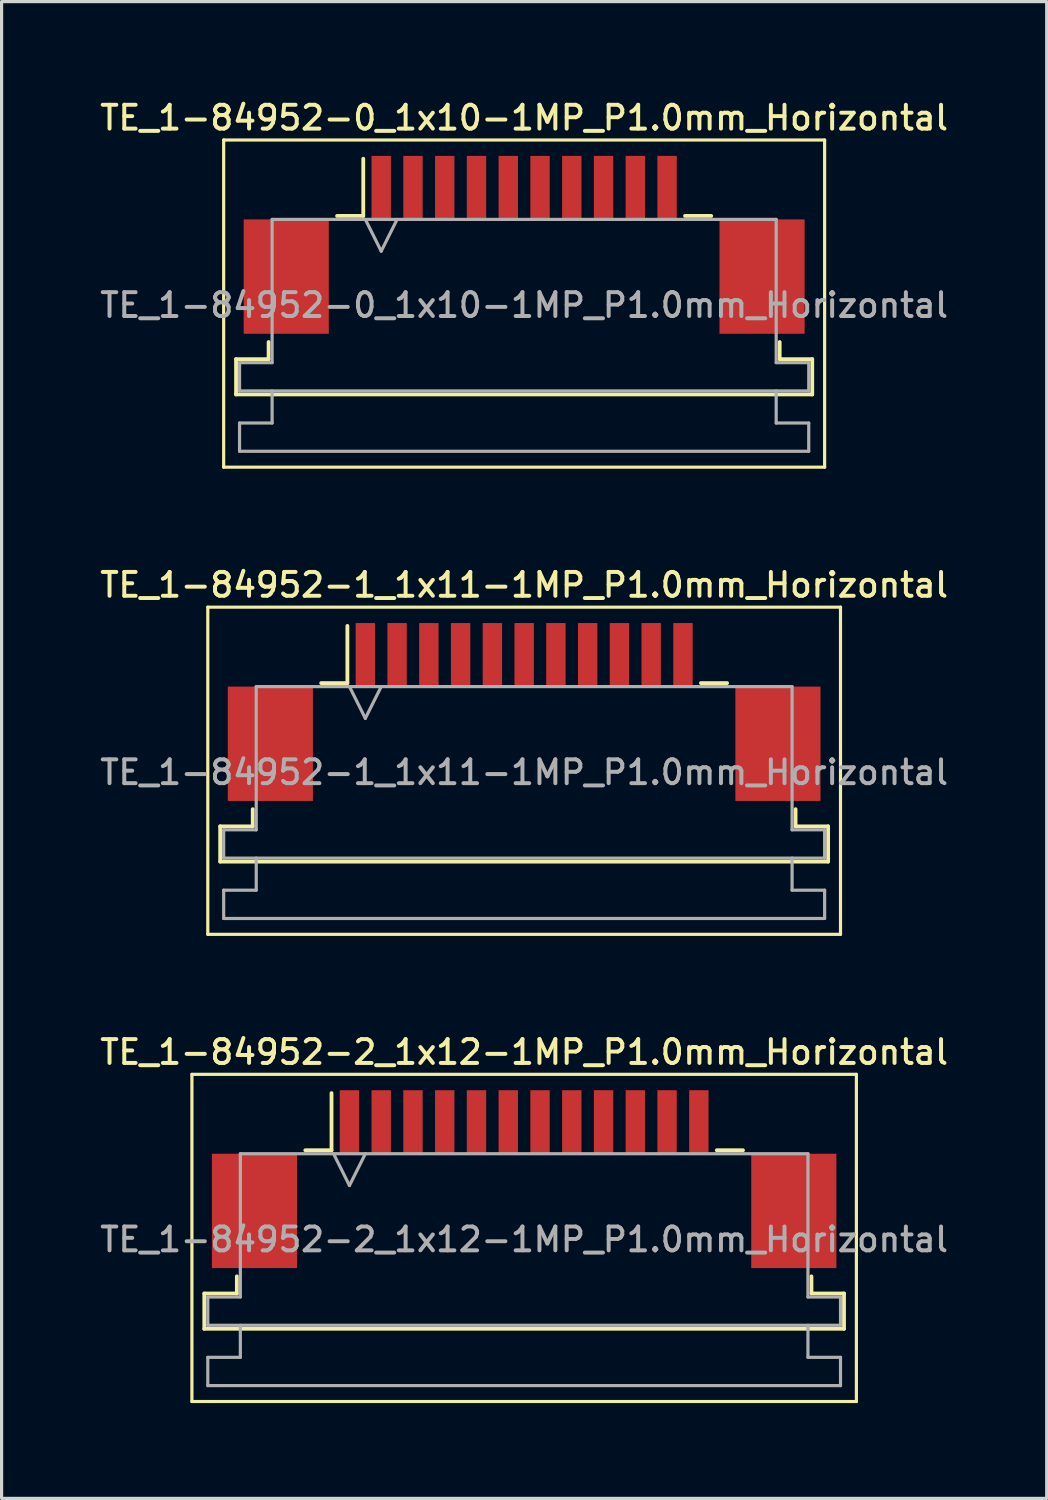
<source format=kicad_pcb>
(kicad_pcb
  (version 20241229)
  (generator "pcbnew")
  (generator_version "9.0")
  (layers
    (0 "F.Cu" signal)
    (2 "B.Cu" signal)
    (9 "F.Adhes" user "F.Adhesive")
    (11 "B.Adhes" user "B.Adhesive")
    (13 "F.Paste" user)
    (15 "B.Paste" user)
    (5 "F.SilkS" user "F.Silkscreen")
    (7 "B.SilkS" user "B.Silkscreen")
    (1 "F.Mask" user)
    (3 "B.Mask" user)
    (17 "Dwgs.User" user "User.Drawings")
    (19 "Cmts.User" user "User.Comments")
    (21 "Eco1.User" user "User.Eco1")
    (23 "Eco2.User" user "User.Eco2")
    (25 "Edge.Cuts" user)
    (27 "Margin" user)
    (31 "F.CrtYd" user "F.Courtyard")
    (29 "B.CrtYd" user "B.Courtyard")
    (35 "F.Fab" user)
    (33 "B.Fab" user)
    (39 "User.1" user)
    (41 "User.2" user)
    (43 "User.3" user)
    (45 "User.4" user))
  (footprint "TE_1-84952-2_1x12-1MP_P1.0mm_Horizontal"
    (layer "F.Cu")
    (at 13.452 34.074)
    (property "Reference" "TE_1-84952-2_1x12-1MP_P1.0mm_Horizontal" (at 0 -4 0) (layer "F.SilkS") (effects (font (size 0.75 0.75) (thickness 0.125))))
    (attr smd)
    (fp_line (start -10.46 -3.3) (end -10.46 7) (stroke (width 0.1) (type solid)) (layer "F.SilkS"))
    (fp_line (start -10.46 7) (end 10.46 7) (stroke (width 0.1) (type solid)) (layer "F.SilkS"))
    (fp_line (start -10.07 3.6) (end -9.045 3.6) (stroke (width 0.12) (type solid)) (layer "F.SilkS"))
    (fp_line (start -10.07 4.71) (end -10.07 3.6) (stroke (width 0.12) (type solid)) (layer "F.SilkS"))
    (fp_line (start -9.045 3.6) (end -9.045 3.06) (stroke (width 0.12) (type solid)) (layer "F.SilkS"))
    (fp_line (start -6.89 -0.91) (end -6.065 -0.91) (stroke (width 0.12) (type solid)) (layer "F.SilkS"))
    (fp_line (start -6.065 -0.91) (end -6.065 -2.71) (stroke (width 0.12) (type solid)) (layer "F.SilkS"))
    (fp_line (start 6.065 -0.91) (end 6.89 -0.91) (stroke (width 0.12) (type solid)) (layer "F.SilkS"))
    (fp_line (start 9.045 3.06) (end 9.045 3.6) (stroke (width 0.12) (type solid)) (layer "F.SilkS"))
    (fp_line (start 9.045 3.6) (end 10.07 3.6) (stroke (width 0.12) (type solid)) (layer "F.SilkS"))
    (fp_line (start 10.07 3.6) (end 10.07 4.71) (stroke (width 0.12) (type solid)) (layer "F.SilkS"))
    (fp_line (start 10.07 4.71) (end -10.07 4.71) (stroke (width 0.12) (type solid)) (layer "F.SilkS"))
    (fp_line (start 10.46 -3.3) (end -10.46 -3.3) (stroke (width 0.1) (type solid)) (layer "F.SilkS"))
    (fp_line (start 10.46 7) (end 10.46 -3.3) (stroke (width 0.1) (type solid)) (layer "F.SilkS"))
    (fp_line (start -9.96 3.71) (end -8.935 3.71) (stroke (width 0.1) (type solid)) (layer "F.Fab"))
    (fp_line (start -9.96 4.6) (end -9.96 3.71) (stroke (width 0.1) (type solid)) (layer "F.Fab"))
    (fp_line (start -9.96 5.61) (end -8.935 5.61) (stroke (width 0.1) (type solid)) (layer "F.Fab"))
    (fp_line (start -9.96 6.5) (end -9.96 5.61) (stroke (width 0.1) (type solid)) (layer "F.Fab"))
    (fp_line (start -8.935 -0.8) (end 8.935 -0.8) (stroke (width 0.1) (type solid)) (layer "F.Fab"))
    (fp_line (start -8.935 3.71) (end -8.935 -0.8) (stroke (width 0.1) (type solid)) (layer "F.Fab"))
    (fp_line (start -8.935 5.61) (end -8.935 4.6) (stroke (width 0.1) (type solid)) (layer "F.Fab"))
    (fp_line (start -6 -0.8) (end -5.5 0.2) (stroke (width 0.1) (type solid)) (layer "F.Fab"))
    (fp_line (start -5.5 0.2) (end -5 -0.8) (stroke (width 0.1) (type solid)) (layer "F.Fab"))
    (fp_line (start 8.935 -0.8) (end 8.935 3.71) (stroke (width 0.1) (type solid)) (layer "F.Fab"))
    (fp_line (start 8.935 3.71) (end 9.96 3.71) (stroke (width 0.1) (type solid)) (layer "F.Fab"))
    (fp_line (start 8.935 4.6) (end 8.935 5.61) (stroke (width 0.1) (type solid)) (layer "F.Fab"))
    (fp_line (start 8.935 5.61) (end 9.96 5.61) (stroke (width 0.1) (type solid)) (layer "F.Fab"))
    (fp_line (start 9.96 3.71) (end 9.96 4.6) (stroke (width 0.1) (type solid)) (layer "F.Fab"))
    (fp_line (start 9.96 4.6) (end -9.96 4.6) (stroke (width 0.1) (type solid)) (layer "F.Fab"))
    (fp_line (start 9.96 5.61) (end 9.96 6.5) (stroke (width 0.1) (type solid)) (layer "F.Fab"))
    (fp_line (start 9.96 6.5) (end -9.96 6.5) (stroke (width 0.1) (type solid)) (layer "F.Fab"))
    (fp_text user "${REFERENCE}" (at 0 1.9 0) (layer "F.Fab") (effects (font (size 0.75 0.75) (thickness 0.125))))
    (pad "1" smd rect (at -5.5 -1.8) (size 0.61 2) (layers "F.Cu" "F.Mask" "F.Paste"))
    (pad "2" smd rect (at -4.5 -1.8) (size 0.61 2) (layers "F.Cu" "F.Mask" "F.Paste"))
    (pad "3" smd rect (at -3.5 -1.8) (size 0.61 2) (layers "F.Cu" "F.Mask" "F.Paste"))
    (pad "4" smd rect (at -2.5 -1.8) (size 0.61 2) (layers "F.Cu" "F.Mask" "F.Paste"))
    (pad "5" smd rect (at -1.5 -1.8) (size 0.61 2) (layers "F.Cu" "F.Mask" "F.Paste"))
    (pad "6" smd rect (at -0.5 -1.8) (size 0.61 2) (layers "F.Cu" "F.Mask" "F.Paste"))
    (pad "7" smd rect (at 0.5 -1.8) (size 0.61 2) (layers "F.Cu" "F.Mask" "F.Paste"))
    (pad "8" smd rect (at 1.5 -1.8) (size 0.61 2) (layers "F.Cu" "F.Mask" "F.Paste"))
    (pad "9" smd rect (at 2.5 -1.8) (size 0.61 2) (layers "F.Cu" "F.Mask" "F.Paste"))
    (pad "10" smd rect (at 3.5 -1.8) (size 0.61 2) (layers "F.Cu" "F.Mask" "F.Paste"))
    (pad "11" smd rect (at 4.5 -1.8) (size 0.61 2) (layers "F.Cu" "F.Mask" "F.Paste"))
    (pad "12" smd rect (at 5.5 -1.8) (size 0.61 2) (layers "F.Cu" "F.Mask" "F.Paste"))
    (pad "MP" smd rect (at -8.49 1) (size 2.68 3.6) (layers "F.Cu" "F.Mask" "F.Paste"))
    (pad "MP" smd rect (at 8.49 1) (size 2.68 3.6) (layers "F.Cu" "F.Mask" "F.Paste")))
  (footprint "TE_1-84952-1_1x11-1MP_P1.0mm_Horizontal"
    (layer "F.Cu")
    (at 13.452 19.366)
    (property "Reference" "TE_1-84952-1_1x11-1MP_P1.0mm_Horizontal" (at 0 -4 0) (layer "F.SilkS") (effects (font (size 0.75 0.75) (thickness 0.125))))
    (attr smd)
    (fp_line (start -9.96 -3.3) (end -9.96 7) (stroke (width 0.1) (type solid)) (layer "F.SilkS"))
    (fp_line (start -9.96 7) (end 9.96 7) (stroke (width 0.1) (type solid)) (layer "F.SilkS"))
    (fp_line (start -9.57 3.6) (end -8.545 3.6) (stroke (width 0.12) (type solid)) (layer "F.SilkS"))
    (fp_line (start -9.57 4.71) (end -9.57 3.6) (stroke (width 0.12) (type solid)) (layer "F.SilkS"))
    (fp_line (start -8.545 3.6) (end -8.545 3.06) (stroke (width 0.12) (type solid)) (layer "F.SilkS"))
    (fp_line (start -6.39 -0.91) (end -5.565 -0.91) (stroke (width 0.12) (type solid)) (layer "F.SilkS"))
    (fp_line (start -5.565 -0.91) (end -5.565 -2.71) (stroke (width 0.12) (type solid)) (layer "F.SilkS"))
    (fp_line (start 5.565 -0.91) (end 6.39 -0.91) (stroke (width 0.12) (type solid)) (layer "F.SilkS"))
    (fp_line (start 8.545 3.06) (end 8.545 3.6) (stroke (width 0.12) (type solid)) (layer "F.SilkS"))
    (fp_line (start 8.545 3.6) (end 9.57 3.6) (stroke (width 0.12) (type solid)) (layer "F.SilkS"))
    (fp_line (start 9.57 3.6) (end 9.57 4.71) (stroke (width 0.12) (type solid)) (layer "F.SilkS"))
    (fp_line (start 9.57 4.71) (end -9.57 4.71) (stroke (width 0.12) (type solid)) (layer "F.SilkS"))
    (fp_line (start 9.96 -3.3) (end -9.96 -3.3) (stroke (width 0.1) (type solid)) (layer "F.SilkS"))
    (fp_line (start 9.96 7) (end 9.96 -3.3) (stroke (width 0.1) (type solid)) (layer "F.SilkS"))
    (fp_line (start -9.46 3.71) (end -8.435 3.71) (stroke (width 0.1) (type solid)) (layer "F.Fab"))
    (fp_line (start -9.46 4.6) (end -9.46 3.71) (stroke (width 0.1) (type solid)) (layer "F.Fab"))
    (fp_line (start -9.46 5.61) (end -8.435 5.61) (stroke (width 0.1) (type solid)) (layer "F.Fab"))
    (fp_line (start -9.46 6.5) (end -9.46 5.61) (stroke (width 0.1) (type solid)) (layer "F.Fab"))
    (fp_line (start -8.435 -0.8) (end 8.435 -0.8) (stroke (width 0.1) (type solid)) (layer "F.Fab"))
    (fp_line (start -8.435 3.71) (end -8.435 -0.8) (stroke (width 0.1) (type solid)) (layer "F.Fab"))
    (fp_line (start -8.435 5.61) (end -8.435 4.6) (stroke (width 0.1) (type solid)) (layer "F.Fab"))
    (fp_line (start -5.5 -0.8) (end -5 0.2) (stroke (width 0.1) (type solid)) (layer "F.Fab"))
    (fp_line (start -5 0.2) (end -4.5 -0.8) (stroke (width 0.1) (type solid)) (layer "F.Fab"))
    (fp_line (start 8.435 -0.8) (end 8.435 3.71) (stroke (width 0.1) (type solid)) (layer "F.Fab"))
    (fp_line (start 8.435 3.71) (end 9.46 3.71) (stroke (width 0.1) (type solid)) (layer "F.Fab"))
    (fp_line (start 8.435 4.6) (end 8.435 5.61) (stroke (width 0.1) (type solid)) (layer "F.Fab"))
    (fp_line (start 8.435 5.61) (end 9.46 5.61) (stroke (width 0.1) (type solid)) (layer "F.Fab"))
    (fp_line (start 9.46 3.71) (end 9.46 4.6) (stroke (width 0.1) (type solid)) (layer "F.Fab"))
    (fp_line (start 9.46 4.6) (end -9.46 4.6) (stroke (width 0.1) (type solid)) (layer "F.Fab"))
    (fp_line (start 9.46 5.61) (end 9.46 6.5) (stroke (width 0.1) (type solid)) (layer "F.Fab"))
    (fp_line (start 9.46 6.5) (end -9.46 6.5) (stroke (width 0.1) (type solid)) (layer "F.Fab"))
    (fp_text user "${REFERENCE}" (at 0 1.9 0) (layer "F.Fab") (effects (font (size 0.75 0.75) (thickness 0.125))))
    (pad "1" smd rect (at -5 -1.8) (size 0.61 2) (layers "F.Cu" "F.Mask" "F.Paste"))
    (pad "2" smd rect (at -4 -1.8) (size 0.61 2) (layers "F.Cu" "F.Mask" "F.Paste"))
    (pad "3" smd rect (at -3 -1.8) (size 0.61 2) (layers "F.Cu" "F.Mask" "F.Paste"))
    (pad "4" smd rect (at -2 -1.8) (size 0.61 2) (layers "F.Cu" "F.Mask" "F.Paste"))
    (pad "5" smd rect (at -1 -1.8) (size 0.61 2) (layers "F.Cu" "F.Mask" "F.Paste"))
    (pad "6" smd rect (at 0 -1.8) (size 0.61 2) (layers "F.Cu" "F.Mask" "F.Paste"))
    (pad "7" smd rect (at 1 -1.8) (size 0.61 2) (layers "F.Cu" "F.Mask" "F.Paste"))
    (pad "8" smd rect (at 2 -1.8) (size 0.61 2) (layers "F.Cu" "F.Mask" "F.Paste"))
    (pad "9" smd rect (at 3 -1.8) (size 0.61 2) (layers "F.Cu" "F.Mask" "F.Paste"))
    (pad "10" smd rect (at 4 -1.8) (size 0.61 2) (layers "F.Cu" "F.Mask" "F.Paste"))
    (pad "11" smd rect (at 5 -1.8) (size 0.61 2) (layers "F.Cu" "F.Mask" "F.Paste"))
    (pad "MP" smd rect (at -7.99 1) (size 2.68 3.6) (layers "F.Cu" "F.Mask" "F.Paste"))
    (pad "MP" smd rect (at 7.99 1) (size 2.68 3.6) (layers "F.Cu" "F.Mask" "F.Paste")))
  (footprint "TE_1-84952-0_1x10-1MP_P1.0mm_Horizontal"
    (layer "F.Cu")
    (at 13.452 4.658)
    (property "Reference" "TE_1-84952-0_1x10-1MP_P1.0mm_Horizontal" (at 0 -4 0) (layer "F.SilkS") (effects (font (size 0.75 0.75) (thickness 0.125))))
    (attr smd)
    (fp_line (start -9.46 -3.3) (end -9.46 7) (stroke (width 0.1) (type solid)) (layer "F.SilkS"))
    (fp_line (start -9.46 7) (end 9.46 7) (stroke (width 0.1) (type solid)) (layer "F.SilkS"))
    (fp_line (start -9.07 3.6) (end -8.045 3.6) (stroke (width 0.12) (type solid)) (layer "F.SilkS"))
    (fp_line (start -9.07 4.71) (end -9.07 3.6) (stroke (width 0.12) (type solid)) (layer "F.SilkS"))
    (fp_line (start -8.045 3.6) (end -8.045 3.06) (stroke (width 0.12) (type solid)) (layer "F.SilkS"))
    (fp_line (start -5.89 -0.91) (end -5.065 -0.91) (stroke (width 0.12) (type solid)) (layer "F.SilkS"))
    (fp_line (start -5.065 -0.91) (end -5.065 -2.71) (stroke (width 0.12) (type solid)) (layer "F.SilkS"))
    (fp_line (start 5.065 -0.91) (end 5.89 -0.91) (stroke (width 0.12) (type solid)) (layer "F.SilkS"))
    (fp_line (start 8.045 3.06) (end 8.045 3.6) (stroke (width 0.12) (type solid)) (layer "F.SilkS"))
    (fp_line (start 8.045 3.6) (end 9.07 3.6) (stroke (width 0.12) (type solid)) (layer "F.SilkS"))
    (fp_line (start 9.07 3.6) (end 9.07 4.71) (stroke (width 0.12) (type solid)) (layer "F.SilkS"))
    (fp_line (start 9.07 4.71) (end -9.07 4.71) (stroke (width 0.12) (type solid)) (layer "F.SilkS"))
    (fp_line (start 9.46 -3.3) (end -9.46 -3.3) (stroke (width 0.1) (type solid)) (layer "F.SilkS"))
    (fp_line (start 9.46 7) (end 9.46 -3.3) (stroke (width 0.1) (type solid)) (layer "F.SilkS"))
    (fp_line (start -8.96 3.71) (end -7.935 3.71) (stroke (width 0.1) (type solid)) (layer "F.Fab"))
    (fp_line (start -8.96 4.6) (end -8.96 3.71) (stroke (width 0.1) (type solid)) (layer "F.Fab"))
    (fp_line (start -8.96 5.61) (end -7.935 5.61) (stroke (width 0.1) (type solid)) (layer "F.Fab"))
    (fp_line (start -8.96 6.5) (end -8.96 5.61) (stroke (width 0.1) (type solid)) (layer "F.Fab"))
    (fp_line (start -7.935 -0.8) (end 7.935 -0.8) (stroke (width 0.1) (type solid)) (layer "F.Fab"))
    (fp_line (start -7.935 3.71) (end -7.935 -0.8) (stroke (width 0.1) (type solid)) (layer "F.Fab"))
    (fp_line (start -7.935 5.61) (end -7.935 4.6) (stroke (width 0.1) (type solid)) (layer "F.Fab"))
    (fp_line (start -5 -0.8) (end -4.5 0.2) (stroke (width 0.1) (type solid)) (layer "F.Fab"))
    (fp_line (start -4.5 0.2) (end -4 -0.8) (stroke (width 0.1) (type solid)) (layer "F.Fab"))
    (fp_line (start 7.935 -0.8) (end 7.935 3.71) (stroke (width 0.1) (type solid)) (layer "F.Fab"))
    (fp_line (start 7.935 3.71) (end 8.96 3.71) (stroke (width 0.1) (type solid)) (layer "F.Fab"))
    (fp_line (start 7.935 4.6) (end 7.935 5.61) (stroke (width 0.1) (type solid)) (layer "F.Fab"))
    (fp_line (start 7.935 5.61) (end 8.96 5.61) (stroke (width 0.1) (type solid)) (layer "F.Fab"))
    (fp_line (start 8.96 3.71) (end 8.96 4.6) (stroke (width 0.1) (type solid)) (layer "F.Fab"))
    (fp_line (start 8.96 4.6) (end -8.96 4.6) (stroke (width 0.1) (type solid)) (layer "F.Fab"))
    (fp_line (start 8.96 5.61) (end 8.96 6.5) (stroke (width 0.1) (type solid)) (layer "F.Fab"))
    (fp_line (start 8.96 6.5) (end -8.96 6.5) (stroke (width 0.1) (type solid)) (layer "F.Fab"))
    (fp_text user "${REFERENCE}" (at 0 1.9 0) (layer "F.Fab") (effects (font (size 0.75 0.75) (thickness 0.125))))
    (pad "1" smd rect (at -4.5 -1.8) (size 0.61 2) (layers "F.Cu" "F.Mask" "F.Paste"))
    (pad "2" smd rect (at -3.5 -1.8) (size 0.61 2) (layers "F.Cu" "F.Mask" "F.Paste"))
    (pad "3" smd rect (at -2.5 -1.8) (size 0.61 2) (layers "F.Cu" "F.Mask" "F.Paste"))
    (pad "4" smd rect (at -1.5 -1.8) (size 0.61 2) (layers "F.Cu" "F.Mask" "F.Paste"))
    (pad "5" smd rect (at -0.5 -1.8) (size 0.61 2) (layers "F.Cu" "F.Mask" "F.Paste"))
    (pad "6" smd rect (at 0.5 -1.8) (size 0.61 2) (layers "F.Cu" "F.Mask" "F.Paste"))
    (pad "7" smd rect (at 1.5 -1.8) (size 0.61 2) (layers "F.Cu" "F.Mask" "F.Paste"))
    (pad "8" smd rect (at 2.5 -1.8) (size 0.61 2) (layers "F.Cu" "F.Mask" "F.Paste"))
    (pad "9" smd rect (at 3.5 -1.8) (size 0.61 2) (layers "F.Cu" "F.Mask" "F.Paste"))
    (pad "10" smd rect (at 4.5 -1.8) (size 0.61 2) (layers "F.Cu" "F.Mask" "F.Paste"))
    (pad "MP" smd rect (at -7.49 1) (size 2.68 3.6) (layers "F.Cu" "F.Mask" "F.Paste"))
    (pad "MP" smd rect (at 7.49 1) (size 2.68 3.6) (layers "F.Cu" "F.Mask" "F.Paste")))
  (gr_rect
    (start -3 -3)
    (end 29.904 44.124)
    (stroke (width 0.1) (type default))
    (fill no)
    (layer "Edge.Cuts")))
</source>
